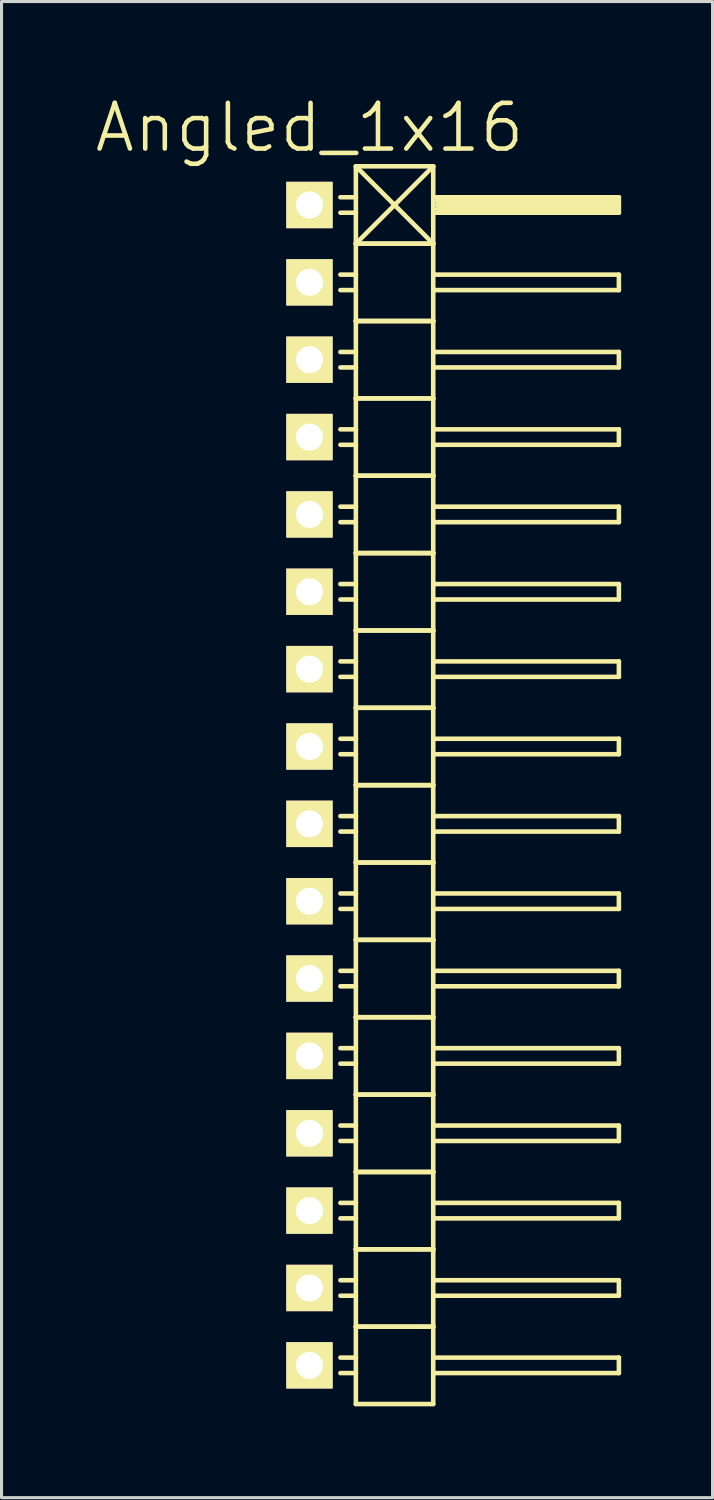
<source format=kicad_pcb>
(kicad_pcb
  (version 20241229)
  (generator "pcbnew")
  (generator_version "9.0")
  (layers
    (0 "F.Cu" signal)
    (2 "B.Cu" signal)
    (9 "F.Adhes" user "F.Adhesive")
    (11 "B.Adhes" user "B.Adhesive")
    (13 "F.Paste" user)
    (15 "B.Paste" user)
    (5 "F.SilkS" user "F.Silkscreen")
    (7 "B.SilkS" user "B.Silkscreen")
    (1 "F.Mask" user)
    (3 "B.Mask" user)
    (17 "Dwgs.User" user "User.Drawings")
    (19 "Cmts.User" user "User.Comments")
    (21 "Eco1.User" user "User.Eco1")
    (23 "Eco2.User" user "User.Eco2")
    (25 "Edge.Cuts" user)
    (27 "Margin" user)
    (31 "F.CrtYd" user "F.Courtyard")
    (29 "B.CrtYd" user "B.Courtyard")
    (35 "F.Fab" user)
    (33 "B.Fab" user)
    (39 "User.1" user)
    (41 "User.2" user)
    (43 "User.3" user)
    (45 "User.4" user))
  (footprint "Angled_1x16"
    (layer "F.Cu")
    (at 7.111 22.731)
    (property "Reference" "Angled_1x16" (at 0 -21.59 0) (layer "F.SilkS") (effects (font (size 1.5 1.5) (thickness 0.15))))
    (attr through_hole)
    (fp_line (start 1.524 -20.32) (end 1.524 -17.78) (stroke (width 0.15) (type solid)) (layer "F.SilkS"))
    (fp_line (start 1.524 -20.32) (end 4.064 -20.32) (stroke (width 0.15) (type solid)) (layer "F.SilkS"))
    (fp_line (start 1.524 -19.304) (end 1.016 -19.304) (stroke (width 0.15) (type solid)) (layer "F.SilkS"))
    (fp_line (start 1.524 -18.796) (end 1.016 -18.796) (stroke (width 0.15) (type solid)) (layer "F.SilkS"))
    (fp_line (start 1.524 -17.78) (end 1.524 -15.24) (stroke (width 0.15) (type solid)) (layer "F.SilkS"))
    (fp_line (start 1.524 -17.78) (end 4.064 -17.78) (stroke (width 0.15) (type solid)) (layer "F.SilkS"))
    (fp_line (start 1.524 -17.78) (end 4.064 -17.78) (stroke (width 0.15) (type solid)) (layer "F.SilkS"))
    (fp_line (start 1.524 -16.764) (end 1.016 -16.764) (stroke (width 0.15) (type solid)) (layer "F.SilkS"))
    (fp_line (start 1.524 -16.256) (end 1.016 -16.256) (stroke (width 0.15) (type solid)) (layer "F.SilkS"))
    (fp_line (start 1.524 -15.24) (end 1.524 -12.7) (stroke (width 0.15) (type solid)) (layer "F.SilkS"))
    (fp_line (start 1.524 -15.24) (end 4.064 -15.24) (stroke (width 0.15) (type solid)) (layer "F.SilkS"))
    (fp_line (start 1.524 -15.24) (end 4.064 -15.24) (stroke (width 0.15) (type solid)) (layer "F.SilkS"))
    (fp_line (start 1.524 -14.224) (end 1.016 -14.224) (stroke (width 0.15) (type solid)) (layer "F.SilkS"))
    (fp_line (start 1.524 -13.716) (end 1.016 -13.716) (stroke (width 0.15) (type solid)) (layer "F.SilkS"))
    (fp_line (start 1.524 -12.7) (end 1.524 -10.16) (stroke (width 0.15) (type solid)) (layer "F.SilkS"))
    (fp_line (start 1.524 -12.7) (end 4.064 -12.7) (stroke (width 0.15) (type solid)) (layer "F.SilkS"))
    (fp_line (start 1.524 -12.7) (end 4.064 -12.7) (stroke (width 0.15) (type solid)) (layer "F.SilkS"))
    (fp_line (start 1.524 -11.684) (end 1.016 -11.684) (stroke (width 0.15) (type solid)) (layer "F.SilkS"))
    (fp_line (start 1.524 -11.176) (end 1.016 -11.176) (stroke (width 0.15) (type solid)) (layer "F.SilkS"))
    (fp_line (start 1.524 -10.16) (end 1.524 -7.62) (stroke (width 0.15) (type solid)) (layer "F.SilkS"))
    (fp_line (start 1.524 -10.16) (end 4.064 -10.16) (stroke (width 0.15) (type solid)) (layer "F.SilkS"))
    (fp_line (start 1.524 -10.16) (end 4.064 -10.16) (stroke (width 0.15) (type solid)) (layer "F.SilkS"))
    (fp_line (start 1.524 -9.144) (end 1.016 -9.144) (stroke (width 0.15) (type solid)) (layer "F.SilkS"))
    (fp_line (start 1.524 -8.636) (end 1.016 -8.636) (stroke (width 0.15) (type solid)) (layer "F.SilkS"))
    (fp_line (start 1.524 -7.62) (end 1.524 -5.08) (stroke (width 0.15) (type solid)) (layer "F.SilkS"))
    (fp_line (start 1.524 -7.62) (end 4.064 -7.62) (stroke (width 0.15) (type solid)) (layer "F.SilkS"))
    (fp_line (start 1.524 -7.62) (end 4.064 -7.62) (stroke (width 0.15) (type solid)) (layer "F.SilkS"))
    (fp_line (start 1.524 -6.604) (end 1.016 -6.604) (stroke (width 0.15) (type solid)) (layer "F.SilkS"))
    (fp_line (start 1.524 -6.096) (end 1.016 -6.096) (stroke (width 0.15) (type solid)) (layer "F.SilkS"))
    (fp_line (start 1.524 -5.08) (end 1.524 -2.54) (stroke (width 0.15) (type solid)) (layer "F.SilkS"))
    (fp_line (start 1.524 -5.08) (end 4.064 -5.08) (stroke (width 0.15) (type solid)) (layer "F.SilkS"))
    (fp_line (start 1.524 -5.08) (end 4.064 -5.08) (stroke (width 0.15) (type solid)) (layer "F.SilkS"))
    (fp_line (start 1.524 -4.064) (end 1.016 -4.064) (stroke (width 0.15) (type solid)) (layer "F.SilkS"))
    (fp_line (start 1.524 -3.556) (end 1.016 -3.556) (stroke (width 0.15) (type solid)) (layer "F.SilkS"))
    (fp_line (start 1.524 -2.54) (end 1.524 0) (stroke (width 0.15) (type solid)) (layer "F.SilkS"))
    (fp_line (start 1.524 -2.54) (end 4.064 -2.54) (stroke (width 0.15) (type solid)) (layer "F.SilkS"))
    (fp_line (start 1.524 -2.54) (end 4.064 -2.54) (stroke (width 0.15) (type solid)) (layer "F.SilkS"))
    (fp_line (start 1.524 -1.524) (end 1.016 -1.524) (stroke (width 0.15) (type solid)) (layer "F.SilkS"))
    (fp_line (start 1.524 -1.016) (end 1.016 -1.016) (stroke (width 0.15) (type solid)) (layer "F.SilkS"))
    (fp_line (start 1.524 0) (end 1.524 2.54) (stroke (width 0.15) (type solid)) (layer "F.SilkS"))
    (fp_line (start 1.524 0) (end 4.064 0) (stroke (width 0.15) (type solid)) (layer "F.SilkS"))
    (fp_line (start 1.524 0) (end 4.064 0) (stroke (width 0.15) (type solid)) (layer "F.SilkS"))
    (fp_line (start 1.524 1.016) (end 1.016 1.016) (stroke (width 0.15) (type solid)) (layer "F.SilkS"))
    (fp_line (start 1.524 1.524) (end 1.016 1.524) (stroke (width 0.15) (type solid)) (layer "F.SilkS"))
    (fp_line (start 1.524 2.54) (end 1.524 5.08) (stroke (width 0.15) (type solid)) (layer "F.SilkS"))
    (fp_line (start 1.524 2.54) (end 4.064 2.54) (stroke (width 0.15) (type solid)) (layer "F.SilkS"))
    (fp_line (start 1.524 2.54) (end 4.064 2.54) (stroke (width 0.15) (type solid)) (layer "F.SilkS"))
    (fp_line (start 1.524 3.556) (end 1.016 3.556) (stroke (width 0.15) (type solid)) (layer "F.SilkS"))
    (fp_line (start 1.524 4.064) (end 1.016 4.064) (stroke (width 0.15) (type solid)) (layer "F.SilkS"))
    (fp_line (start 1.524 5.08) (end 1.524 7.62) (stroke (width 0.15) (type solid)) (layer "F.SilkS"))
    (fp_line (start 1.524 5.08) (end 4.064 5.08) (stroke (width 0.15) (type solid)) (layer "F.SilkS"))
    (fp_line (start 1.524 5.08) (end 4.064 5.08) (stroke (width 0.15) (type solid)) (layer "F.SilkS"))
    (fp_line (start 1.524 6.096) (end 1.016 6.096) (stroke (width 0.15) (type solid)) (layer "F.SilkS"))
    (fp_line (start 1.524 6.604) (end 1.016 6.604) (stroke (width 0.15) (type solid)) (layer "F.SilkS"))
    (fp_line (start 1.524 7.62) (end 1.524 10.16) (stroke (width 0.15) (type solid)) (layer "F.SilkS"))
    (fp_line (start 1.524 7.62) (end 4.064 7.62) (stroke (width 0.15) (type solid)) (layer "F.SilkS"))
    (fp_line (start 1.524 7.62) (end 4.064 7.62) (stroke (width 0.15) (type solid)) (layer "F.SilkS"))
    (fp_line (start 1.524 8.636) (end 1.016 8.636) (stroke (width 0.15) (type solid)) (layer "F.SilkS"))
    (fp_line (start 1.524 9.144) (end 1.016 9.144) (stroke (width 0.15) (type solid)) (layer "F.SilkS"))
    (fp_line (start 1.524 10.16) (end 1.524 12.7) (stroke (width 0.15) (type solid)) (layer "F.SilkS"))
    (fp_line (start 1.524 10.16) (end 4.064 10.16) (stroke (width 0.15) (type solid)) (layer "F.SilkS"))
    (fp_line (start 1.524 10.16) (end 4.064 10.16) (stroke (width 0.15) (type solid)) (layer "F.SilkS"))
    (fp_line (start 1.524 11.176) (end 1.016 11.176) (stroke (width 0.15) (type solid)) (layer "F.SilkS"))
    (fp_line (start 1.524 11.684) (end 1.016 11.684) (stroke (width 0.15) (type solid)) (layer "F.SilkS"))
    (fp_line (start 1.524 12.7) (end 1.524 15.24) (stroke (width 0.15) (type solid)) (layer "F.SilkS"))
    (fp_line (start 1.524 12.7) (end 4.064 12.7) (stroke (width 0.15) (type solid)) (layer "F.SilkS"))
    (fp_line (start 1.524 12.7) (end 4.064 12.7) (stroke (width 0.15) (type solid)) (layer "F.SilkS"))
    (fp_line (start 1.524 13.716) (end 1.016 13.716) (stroke (width 0.15) (type solid)) (layer "F.SilkS"))
    (fp_line (start 1.524 14.224) (end 1.016 14.224) (stroke (width 0.15) (type solid)) (layer "F.SilkS"))
    (fp_line (start 1.524 15.24) (end 1.524 17.78) (stroke (width 0.15) (type solid)) (layer "F.SilkS"))
    (fp_line (start 1.524 15.24) (end 4.064 15.24) (stroke (width 0.15) (type solid)) (layer "F.SilkS"))
    (fp_line (start 1.524 15.24) (end 4.064 15.24) (stroke (width 0.15) (type solid)) (layer "F.SilkS"))
    (fp_line (start 1.524 16.256) (end 1.016 16.256) (stroke (width 0.15) (type solid)) (layer "F.SilkS"))
    (fp_line (start 1.524 16.764) (end 1.016 16.764) (stroke (width 0.15) (type solid)) (layer "F.SilkS"))
    (fp_line (start 1.524 17.78) (end 1.524 20.32) (stroke (width 0.15) (type solid)) (layer "F.SilkS"))
    (fp_line (start 1.524 17.78) (end 4.064 17.78) (stroke (width 0.15) (type solid)) (layer "F.SilkS"))
    (fp_line (start 1.524 17.78) (end 4.064 17.78) (stroke (width 0.15) (type solid)) (layer "F.SilkS"))
    (fp_line (start 1.524 18.796) (end 1.016 18.796) (stroke (width 0.15) (type solid)) (layer "F.SilkS"))
    (fp_line (start 1.524 19.304) (end 1.016 19.304) (stroke (width 0.15) (type solid)) (layer "F.SilkS"))
    (fp_line (start 1.524 20.32) (end 4.064 20.32) (stroke (width 0.15) (type solid)) (layer "F.SilkS"))
    (fp_line (start 4.064 -20.32) (end 1.524 -17.78) (stroke (width 0.15) (type solid)) (layer "F.SilkS"))
    (fp_line (start 4.064 -19.304) (end 10.16 -19.304) (stroke (width 0.15) (type solid)) (layer "F.SilkS"))
    (fp_line (start 4.064 -17.78) (end 1.524 -20.32) (stroke (width 0.15) (type solid)) (layer "F.SilkS"))
    (fp_line (start 4.064 -17.78) (end 4.064 -20.32) (stroke (width 0.15) (type solid)) (layer "F.SilkS"))
    (fp_line (start 4.064 -16.764) (end 10.16 -16.764) (stroke (width 0.15) (type solid)) (layer "F.SilkS"))
    (fp_line (start 4.064 -15.24) (end 4.064 -17.78) (stroke (width 0.15) (type solid)) (layer "F.SilkS"))
    (fp_line (start 4.064 -14.224) (end 10.16 -14.224) (stroke (width 0.15) (type solid)) (layer "F.SilkS"))
    (fp_line (start 4.064 -12.7) (end 4.064 -15.24) (stroke (width 0.15) (type solid)) (layer "F.SilkS"))
    (fp_line (start 4.064 -11.684) (end 10.16 -11.684) (stroke (width 0.15) (type solid)) (layer "F.SilkS"))
    (fp_line (start 4.064 -10.16) (end 4.064 -12.7) (stroke (width 0.15) (type solid)) (layer "F.SilkS"))
    (fp_line (start 4.064 -9.144) (end 10.16 -9.144) (stroke (width 0.15) (type solid)) (layer "F.SilkS"))
    (fp_line (start 4.064 -7.62) (end 4.064 -10.16) (stroke (width 0.15) (type solid)) (layer "F.SilkS"))
    (fp_line (start 4.064 -6.604) (end 10.16 -6.604) (stroke (width 0.15) (type solid)) (layer "F.SilkS"))
    (fp_line (start 4.064 -5.08) (end 4.064 -7.62) (stroke (width 0.15) (type solid)) (layer "F.SilkS"))
    (fp_line (start 4.064 -4.064) (end 10.16 -4.064) (stroke (width 0.15) (type solid)) (layer "F.SilkS"))
    (fp_line (start 4.064 -2.54) (end 4.064 -5.08) (stroke (width 0.15) (type solid)) (layer "F.SilkS"))
    (fp_line (start 4.064 -1.524) (end 10.16 -1.524) (stroke (width 0.15) (type solid)) (layer "F.SilkS"))
    (fp_line (start 4.064 0) (end 4.064 -2.54) (stroke (width 0.15) (type solid)) (layer "F.SilkS"))
    (fp_line (start 4.064 1.016) (end 10.16 1.016) (stroke (width 0.15) (type solid)) (layer "F.SilkS"))
    (fp_line (start 4.064 2.54) (end 4.064 0) (stroke (width 0.15) (type solid)) (layer "F.SilkS"))
    (fp_line (start 4.064 3.556) (end 10.16 3.556) (stroke (width 0.15) (type solid)) (layer "F.SilkS"))
    (fp_line (start 4.064 5.08) (end 4.064 2.54) (stroke (width 0.15) (type solid)) (layer "F.SilkS"))
    (fp_line (start 4.064 6.096) (end 10.16 6.096) (stroke (width 0.15) (type solid)) (layer "F.SilkS"))
    (fp_line (start 4.064 7.62) (end 4.064 5.08) (stroke (width 0.15) (type solid)) (layer "F.SilkS"))
    (fp_line (start 4.064 8.636) (end 10.16 8.636) (stroke (width 0.15) (type solid)) (layer "F.SilkS"))
    (fp_line (start 4.064 10.16) (end 4.064 7.62) (stroke (width 0.15) (type solid)) (layer "F.SilkS"))
    (fp_line (start 4.064 11.176) (end 10.16 11.176) (stroke (width 0.15) (type solid)) (layer "F.SilkS"))
    (fp_line (start 4.064 12.7) (end 4.064 10.16) (stroke (width 0.15) (type solid)) (layer "F.SilkS"))
    (fp_line (start 4.064 13.716) (end 10.16 13.716) (stroke (width 0.15) (type solid)) (layer "F.SilkS"))
    (fp_line (start 4.064 15.24) (end 4.064 12.7) (stroke (width 0.15) (type solid)) (layer "F.SilkS"))
    (fp_line (start 4.064 16.256) (end 10.16 16.256) (stroke (width 0.15) (type solid)) (layer "F.SilkS"))
    (fp_line (start 4.064 17.78) (end 4.064 15.24) (stroke (width 0.15) (type solid)) (layer "F.SilkS"))
    (fp_line (start 4.064 18.796) (end 10.16 18.796) (stroke (width 0.15) (type solid)) (layer "F.SilkS"))
    (fp_line (start 4.064 20.32) (end 4.064 17.78) (stroke (width 0.15) (type solid)) (layer "F.SilkS"))
    (fp_line (start 4.191 -19.177) (end 10.033 -19.177) (stroke (width 0.15) (type solid)) (layer "F.SilkS"))
    (fp_line (start 4.191 -19.05) (end 10.033 -19.05) (stroke (width 0.15) (type solid)) (layer "F.SilkS"))
    (fp_line (start 10.033 -19.177) (end 10.033 -18.923) (stroke (width 0.15) (type solid)) (layer "F.SilkS"))
    (fp_line (start 10.033 -18.923) (end 4.191 -18.923) (stroke (width 0.15) (type solid)) (layer "F.SilkS"))
    (fp_line (start 10.16 -19.304) (end 10.16 -18.796) (stroke (width 0.15) (type solid)) (layer "F.SilkS"))
    (fp_line (start 10.16 -18.796) (end 4.064 -18.796) (stroke (width 0.15) (type solid)) (layer "F.SilkS"))
    (fp_line (start 10.16 -16.764) (end 10.16 -16.256) (stroke (width 0.15) (type solid)) (layer "F.SilkS"))
    (fp_line (start 10.16 -16.256) (end 4.064 -16.256) (stroke (width 0.15) (type solid)) (layer "F.SilkS"))
    (fp_line (start 10.16 -14.224) (end 10.16 -13.716) (stroke (width 0.15) (type solid)) (layer "F.SilkS"))
    (fp_line (start 10.16 -13.716) (end 4.064 -13.716) (stroke (width 0.15) (type solid)) (layer "F.SilkS"))
    (fp_line (start 10.16 -11.684) (end 10.16 -11.176) (stroke (width 0.15) (type solid)) (layer "F.SilkS"))
    (fp_line (start 10.16 -11.176) (end 4.064 -11.176) (stroke (width 0.15) (type solid)) (layer "F.SilkS"))
    (fp_line (start 10.16 -9.144) (end 10.16 -8.636) (stroke (width 0.15) (type solid)) (layer "F.SilkS"))
    (fp_line (start 10.16 -8.636) (end 4.064 -8.636) (stroke (width 0.15) (type solid)) (layer "F.SilkS"))
    (fp_line (start 10.16 -6.604) (end 10.16 -6.096) (stroke (width 0.15) (type solid)) (layer "F.SilkS"))
    (fp_line (start 10.16 -6.096) (end 4.064 -6.096) (stroke (width 0.15) (type solid)) (layer "F.SilkS"))
    (fp_line (start 10.16 -4.064) (end 10.16 -3.556) (stroke (width 0.15) (type solid)) (layer "F.SilkS"))
    (fp_line (start 10.16 -3.556) (end 4.064 -3.556) (stroke (width 0.15) (type solid)) (layer "F.SilkS"))
    (fp_line (start 10.16 -1.524) (end 10.16 -1.016) (stroke (width 0.15) (type solid)) (layer "F.SilkS"))
    (fp_line (start 10.16 -1.016) (end 4.064 -1.016) (stroke (width 0.15) (type solid)) (layer "F.SilkS"))
    (fp_line (start 10.16 1.016) (end 10.16 1.524) (stroke (width 0.15) (type solid)) (layer "F.SilkS"))
    (fp_line (start 10.16 1.524) (end 4.064 1.524) (stroke (width 0.15) (type solid)) (layer "F.SilkS"))
    (fp_line (start 10.16 3.556) (end 10.16 4.064) (stroke (width 0.15) (type solid)) (layer "F.SilkS"))
    (fp_line (start 10.16 4.064) (end 4.064 4.064) (stroke (width 0.15) (type solid)) (layer "F.SilkS"))
    (fp_line (start 10.16 6.096) (end 10.16 6.604) (stroke (width 0.15) (type solid)) (layer "F.SilkS"))
    (fp_line (start 10.16 6.604) (end 4.064 6.604) (stroke (width 0.15) (type solid)) (layer "F.SilkS"))
    (fp_line (start 10.16 8.636) (end 10.16 9.144) (stroke (width 0.15) (type solid)) (layer "F.SilkS"))
    (fp_line (start 10.16 9.144) (end 4.064 9.144) (stroke (width 0.15) (type solid)) (layer "F.SilkS"))
    (fp_line (start 10.16 11.176) (end 10.16 11.684) (stroke (width 0.15) (type solid)) (layer "F.SilkS"))
    (fp_line (start 10.16 11.684) (end 4.064 11.684) (stroke (width 0.15) (type solid)) (layer "F.SilkS"))
    (fp_line (start 10.16 13.716) (end 10.16 14.224) (stroke (width 0.15) (type solid)) (layer "F.SilkS"))
    (fp_line (start 10.16 14.224) (end 4.064 14.224) (stroke (width 0.15) (type solid)) (layer "F.SilkS"))
    (fp_line (start 10.16 16.256) (end 10.16 16.764) (stroke (width 0.15) (type solid)) (layer "F.SilkS"))
    (fp_line (start 10.16 16.764) (end 4.064 16.764) (stroke (width 0.15) (type solid)) (layer "F.SilkS"))
    (fp_line (start 10.16 18.796) (end 10.16 19.304) (stroke (width 0.15) (type solid)) (layer "F.SilkS"))
    (fp_line (start 10.16 19.304) (end 4.064 19.304) (stroke (width 0.15) (type solid)) (layer "F.SilkS"))
    (pad "1" thru_hole rect (at 0 -19.05) (size 1.524 1.524) (drill 0.889) (layers "*.Cu" "*.Mask" "F.SilkS"))
    (pad "2" thru_hole rect (at 0 -16.51) (size 1.524 1.524) (drill 0.889) (layers "*.Cu" "*.Mask" "F.SilkS"))
    (pad "3" thru_hole rect (at 0 -13.97) (size 1.524 1.524) (drill 0.889) (layers "*.Cu" "*.Mask" "F.SilkS"))
    (pad "4" thru_hole rect (at 0 -11.43) (size 1.524 1.524) (drill 0.889) (layers "*.Cu" "*.Mask" "F.SilkS"))
    (pad "5" thru_hole rect (at 0 -8.89) (size 1.524 1.524) (drill 0.889) (layers "*.Cu" "*.Mask" "F.SilkS"))
    (pad "6" thru_hole rect (at 0 -6.35) (size 1.524 1.524) (drill 0.889) (layers "*.Cu" "*.Mask" "F.SilkS"))
    (pad "7" thru_hole rect (at 0 -3.81) (size 1.524 1.524) (drill 0.889) (layers "*.Cu" "*.Mask" "F.SilkS"))
    (pad "8" thru_hole rect (at 0 -1.27) (size 1.524 1.524) (drill 0.889) (layers "*.Cu" "*.Mask" "F.SilkS"))
    (pad "9" thru_hole rect (at 0 1.27) (size 1.524 1.524) (drill 0.889) (layers "*.Cu" "*.Mask" "F.SilkS"))
    (pad "10" thru_hole rect (at 0 3.81) (size 1.524 1.524) (drill 0.889) (layers "*.Cu" "*.Mask" "F.SilkS"))
    (pad "11" thru_hole rect (at 0 6.35) (size 1.524 1.524) (drill 0.889) (layers "*.Cu" "*.Mask" "F.SilkS"))
    (pad "12" thru_hole rect (at 0 8.89) (size 1.524 1.524) (drill 0.889) (layers "*.Cu" "*.Mask" "F.SilkS"))
    (pad "13" thru_hole rect (at 0 11.43) (size 1.524 1.524) (drill 0.889) (layers "*.Cu" "*.Mask" "F.SilkS"))
    (pad "14" thru_hole rect (at 0 13.97) (size 1.524 1.524) (drill 0.889) (layers "*.Cu" "*.Mask" "F.SilkS"))
    (pad "15" thru_hole rect (at 0 16.51) (size 1.524 1.524) (drill 0.889) (layers "*.Cu" "*.Mask" "F.SilkS"))
    (pad "16" thru_hole rect (at 0 19.05) (size 1.524 1.524) (drill 0.889) (layers "*.Cu" "*.Mask" "F.SilkS")))
  (gr_rect
    (start -3 -3)
    (end 20.346 46.126)
    (stroke (width 0.1) (type default))
    (fill no)
    (layer "Edge.Cuts")))
</source>
